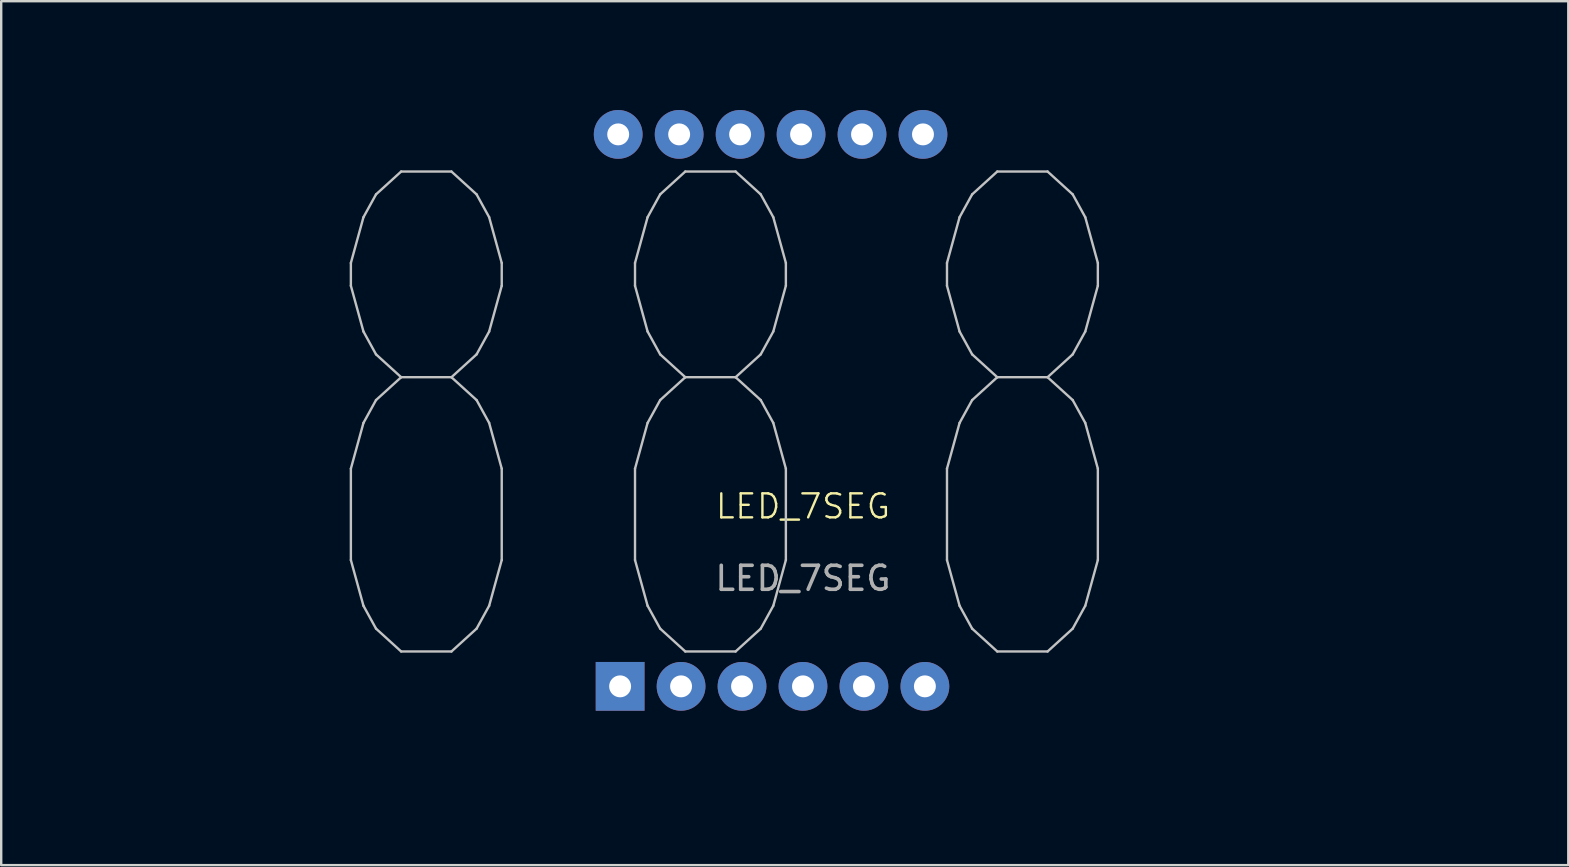
<source format=kicad_pcb>
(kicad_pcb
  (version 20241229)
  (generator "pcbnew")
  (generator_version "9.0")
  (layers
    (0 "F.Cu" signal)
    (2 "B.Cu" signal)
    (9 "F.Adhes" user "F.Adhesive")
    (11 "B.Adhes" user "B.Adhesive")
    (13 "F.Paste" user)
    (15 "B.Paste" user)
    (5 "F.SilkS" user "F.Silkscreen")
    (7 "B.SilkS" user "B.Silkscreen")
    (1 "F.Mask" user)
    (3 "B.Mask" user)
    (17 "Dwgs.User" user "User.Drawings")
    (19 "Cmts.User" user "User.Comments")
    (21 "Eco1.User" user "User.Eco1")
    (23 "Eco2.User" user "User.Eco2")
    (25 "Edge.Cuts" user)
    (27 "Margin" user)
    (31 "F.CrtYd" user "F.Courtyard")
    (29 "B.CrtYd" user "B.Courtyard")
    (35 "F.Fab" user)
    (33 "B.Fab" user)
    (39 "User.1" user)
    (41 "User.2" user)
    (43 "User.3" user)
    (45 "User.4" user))
  (footprint "LED_7SEG"
    (layer "F.Cu")
    (at 29.25 13.05)
    (property "Reference" "LED_7SEG" (at 1.16 5 0) (unlocked yes) (layer "F.SilkS") (effects (font (size 1 1) (thickness 0.1))))
    (attr through_hole)
    (fp_rect (start -29.2 -13) (end 30 14.5) (stroke (width 0.1) (type default)) (fill no) (layer "User.2"))
    (fp_text user "8" (at -19.84 13.5 0) (unlocked yes) (layer "Dwgs.User") (effects (font (size 20 11) (thickness 0.1)) (justify left bottom)))
    (fp_text user "8" (at 5 13.5 0) (unlocked yes) (layer "Dwgs.User") (effects (font (size 20 11) (thickness 0.1)) (justify left bottom)))
    (fp_text user "8" (at -8 13.5 0) (unlocked yes) (layer "Dwgs.User") (effects (font (size 20 11) (thickness 0.1)) (justify left bottom)))
    (fp_text user "${REFERENCE}" (at 1.16 8 0) (unlocked yes) (layer "F.Fab") (effects (font (size 1 1) (thickness 0.15))))
    (pad "1" thru_hole rect (at -6.46 12.5) (size 2.032 2.032) (drill 0.914) (layers "*.Cu" "*.Mask"))
    (pad "2" thru_hole circle (at -3.92 12.5) (size 2.032 2.032) (drill 0.914) (layers "*.Cu" "*.Mask"))
    (pad "3" thru_hole circle (at -1.38 12.5) (size 2.032 2.032) (drill 0.914) (layers "*.Cu" "*.Mask"))
    (pad "4" thru_hole circle (at 1.16 12.5) (size 2.032 2.032) (drill 0.914) (layers "*.Cu" "*.Mask"))
    (pad "5" thru_hole circle (at 3.7 12.5) (size 2.032 2.032) (drill 0.914) (layers "*.Cu" "*.Mask"))
    (pad "6" thru_hole circle (at 6.24 12.5) (size 2.032 2.032) (drill 0.914) (layers "*.Cu" "*.Mask"))
    (pad "7" thru_hole circle (at 6.16 -10.5) (size 2.032 2.032) (drill 0.914) (layers "*.Cu" "*.Mask"))
    (pad "8" thru_hole circle (at 3.62 -10.5) (size 2.032 2.032) (drill 0.914) (layers "*.Cu" "*.Mask"))
    (pad "9" thru_hole circle (at 1.08 -10.5) (size 2.032 2.032) (drill 0.914) (layers "*.Cu" "*.Mask"))
    (pad "10" thru_hole circle (at -1.46 -10.5) (size 2.032 2.032) (drill 0.914) (layers "*.Cu" "*.Mask"))
    (pad "11" thru_hole circle (at -4 -10.5) (size 2.032 2.032) (drill 0.914) (layers "*.Cu" "*.Mask"))
    (pad "12" thru_hole circle (at -6.54 -10.5) (size 2.032 2.032) (drill 0.914) (layers "*.Cu" "*.Mask")))
  (gr_rect
    (start -3 -3)
    (end 62.3 33.001)
    (stroke (width 0.1) (type default))
    (fill no)
    (layer "Edge.Cuts")))
</source>
